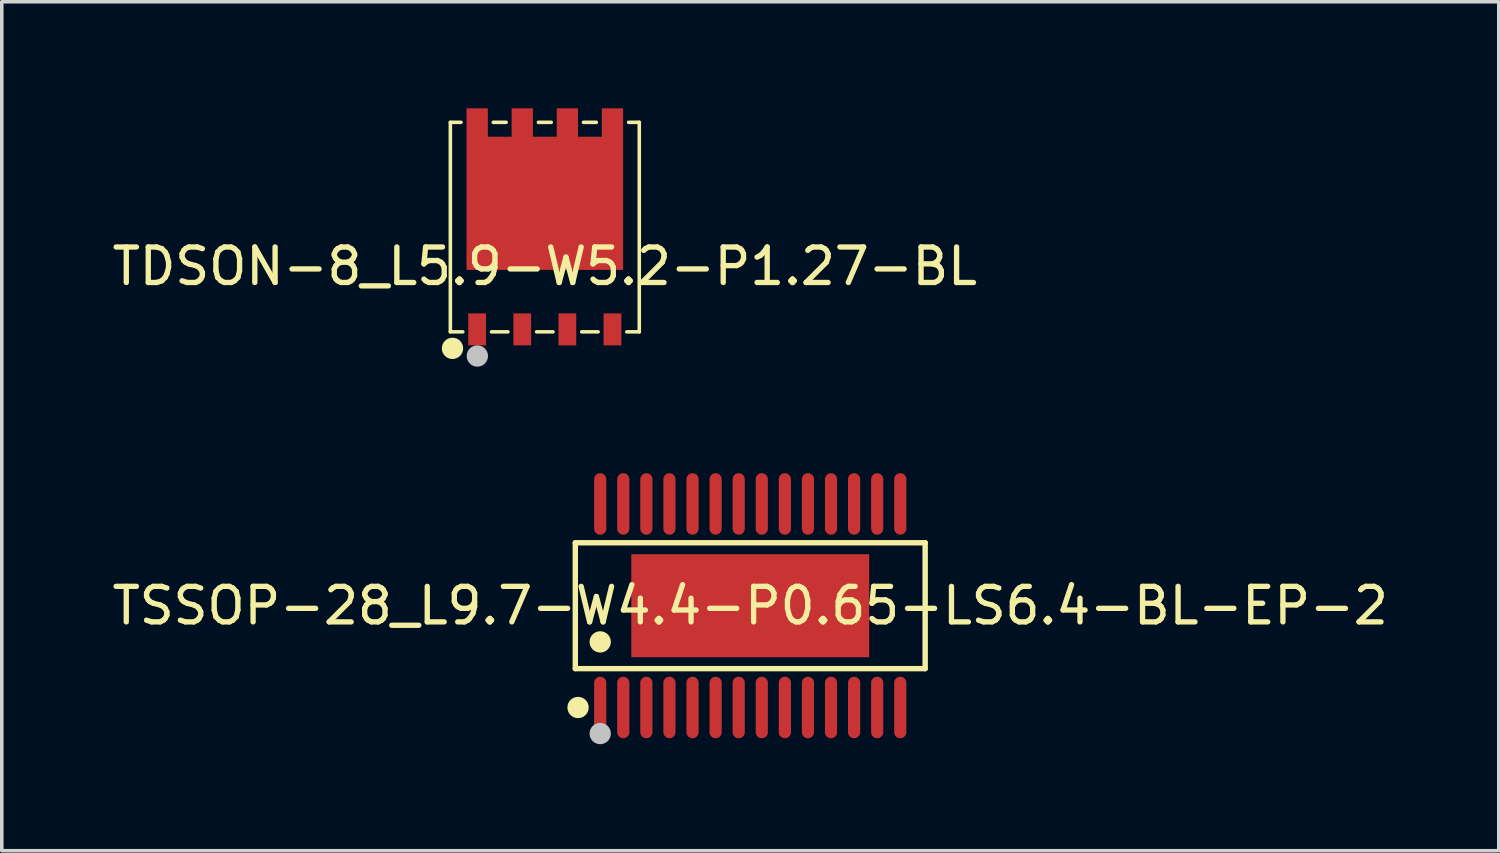
<source format=kicad_pcb>
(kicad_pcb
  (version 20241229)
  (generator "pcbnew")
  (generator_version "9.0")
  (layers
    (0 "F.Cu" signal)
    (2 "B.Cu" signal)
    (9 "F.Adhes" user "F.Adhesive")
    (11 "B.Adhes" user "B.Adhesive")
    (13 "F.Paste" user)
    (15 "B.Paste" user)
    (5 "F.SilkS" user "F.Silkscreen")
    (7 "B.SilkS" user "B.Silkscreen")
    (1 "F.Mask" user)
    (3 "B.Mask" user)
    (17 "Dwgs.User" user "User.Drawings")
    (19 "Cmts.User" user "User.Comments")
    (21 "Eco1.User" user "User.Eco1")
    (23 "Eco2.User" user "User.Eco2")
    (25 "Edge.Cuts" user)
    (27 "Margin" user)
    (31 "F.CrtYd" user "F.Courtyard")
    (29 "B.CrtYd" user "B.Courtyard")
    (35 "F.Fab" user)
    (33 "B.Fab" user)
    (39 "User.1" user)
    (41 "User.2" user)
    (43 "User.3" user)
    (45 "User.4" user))
  (footprint "TSSOP-28_L9.7-W4.4-P0.65-LS6.4-BL-EP-2"
    (layer "F.Cu")
    (at 18.077 14.007)
    (property "Reference" "TSSOP-28_L9.7-W4.4-P0.65-LS6.4-BL-EP-2" (at 0 0 0) (layer "F.SilkS") (effects (font (size 1 1) (thickness 0.15))))
    (fp_line (start -4.926 -1.772) (end 4.926 -1.772) (stroke (width 0.152) (type default)) (layer "F.SilkS"))
    (fp_line (start -4.926 1.771) (end -4.926 -1.772) (stroke (width 0.152) (type default)) (layer "F.SilkS"))
    (fp_line (start 4.926 -1.772) (end 4.926 1.771) (stroke (width 0.152) (type default)) (layer "F.SilkS"))
    (fp_line (start 4.926 1.771) (end -4.926 1.771) (stroke (width 0.152) (type default)) (layer "F.SilkS"))
    (fp_circle (center -4.849 2.866) (end -4.699 2.866) (stroke (width 0.3) (type default)) (fill no) (layer "F.SilkS"))
    (fp_circle (center -4.225 1.019) (end -4.075 1.019) (stroke (width 0.3) (type default)) (fill no) (layer "F.SilkS"))
    (fp_circle (center -4.225 3.6) (end -4.075 3.6) (stroke (width 0.3) (type default)) (fill no) (layer "Dwgs.User"))
    (fp_poly (pts (xy -4.348 -3.2) (xy -4.348 -2.6) (xy -4.103 -2.6) (xy -4.103 -3.2)) (stroke (width 0.1) (type default)) (fill no) (layer "User.1"))
    (fp_poly (pts (xy -4.348 -2.611) (xy -4.348 -2.19) (xy -4.103 -2.19) (xy -4.103 -2.611)) (stroke (width 0.1) (type default)) (fill no) (layer "User.1"))
    (fp_poly (pts (xy -4.348 2.61) (xy -4.348 2.189) (xy -4.103 2.189) (xy -4.103 2.61)) (stroke (width 0.1) (type default)) (fill no) (layer "User.1"))
    (fp_poly (pts (xy -4.348 3.2) (xy -4.348 2.599) (xy -4.103 2.599) (xy -4.103 3.2)) (stroke (width 0.1) (type default)) (fill no) (layer "User.1"))
    (fp_poly (pts (xy -3.697 -3.2) (xy -3.697 -2.6) (xy -3.453 -2.6) (xy -3.453 -3.2)) (stroke (width 0.1) (type default)) (fill no) (layer "User.1"))
    (fp_poly (pts (xy -3.697 -2.611) (xy -3.697 -2.19) (xy -3.453 -2.19) (xy -3.453 -2.611)) (stroke (width 0.1) (type default)) (fill no) (layer "User.1"))
    (fp_poly (pts (xy -3.697 2.61) (xy -3.697 2.189) (xy -3.453 2.189) (xy -3.453 2.61)) (stroke (width 0.1) (type default)) (fill no) (layer "User.1"))
    (fp_poly (pts (xy -3.697 3.2) (xy -3.697 2.599) (xy -3.453 2.599) (xy -3.453 3.2)) (stroke (width 0.1) (type default)) (fill no) (layer "User.1"))
    (fp_poly (pts (xy -3.35 -1.45) (xy 3.35 -1.45) (xy 3.35 1.45) (xy -3.35 1.45)) (stroke (width 0.1) (type default)) (fill no) (layer "User.1"))
    (fp_poly (pts (xy -3.047 -3.2) (xy -3.047 -2.6) (xy -2.803 -2.6) (xy -2.803 -3.2)) (stroke (width 0.1) (type default)) (fill no) (layer "User.1"))
    (fp_poly (pts (xy -3.047 -2.611) (xy -3.047 -2.19) (xy -2.803 -2.19) (xy -2.803 -2.611)) (stroke (width 0.1) (type default)) (fill no) (layer "User.1"))
    (fp_poly (pts (xy -3.047 2.61) (xy -3.047 2.189) (xy -2.803 2.189) (xy -2.803 2.61)) (stroke (width 0.1) (type default)) (fill no) (layer "User.1"))
    (fp_poly (pts (xy -3.047 3.2) (xy -3.047 2.599) (xy -2.803 2.599) (xy -2.803 3.2)) (stroke (width 0.1) (type default)) (fill no) (layer "User.1"))
    (fp_poly (pts (xy -2.397 -3.2) (xy -2.397 -2.6) (xy -2.152 -2.6) (xy -2.152 -3.2)) (stroke (width 0.1) (type default)) (fill no) (layer "User.1"))
    (fp_poly (pts (xy -2.397 -2.611) (xy -2.397 -2.19) (xy -2.152 -2.19) (xy -2.152 -2.611)) (stroke (width 0.1) (type default)) (fill no) (layer "User.1"))
    (fp_poly (pts (xy -2.397 2.61) (xy -2.397 2.189) (xy -2.152 2.189) (xy -2.152 2.61)) (stroke (width 0.1) (type default)) (fill no) (layer "User.1"))
    (fp_poly (pts (xy -2.397 3.2) (xy -2.397 2.599) (xy -2.152 2.599) (xy -2.152 3.2)) (stroke (width 0.1) (type default)) (fill no) (layer "User.1"))
    (fp_poly (pts (xy -1.748 -3.2) (xy -1.748 -2.6) (xy -1.502 -2.6) (xy -1.502 -3.2)) (stroke (width 0.1) (type default)) (fill no) (layer "User.1"))
    (fp_poly (pts (xy -1.748 -2.611) (xy -1.748 -2.19) (xy -1.502 -2.19) (xy -1.502 -2.611)) (stroke (width 0.1) (type default)) (fill no) (layer "User.1"))
    (fp_poly (pts (xy -1.748 2.61) (xy -1.748 2.189) (xy -1.502 2.189) (xy -1.502 2.61)) (stroke (width 0.1) (type default)) (fill no) (layer "User.1"))
    (fp_poly (pts (xy -1.748 3.2) (xy -1.748 2.599) (xy -1.502 2.599) (xy -1.502 3.2)) (stroke (width 0.1) (type default)) (fill no) (layer "User.1"))
    (fp_poly (pts (xy -1.097 -3.2) (xy -1.097 -2.6) (xy -0.853 -2.6) (xy -0.853 -3.2)) (stroke (width 0.1) (type default)) (fill no) (layer "User.1"))
    (fp_poly (pts (xy -1.097 -2.611) (xy -1.097 -2.19) (xy -0.853 -2.19) (xy -0.853 -2.611)) (stroke (width 0.1) (type default)) (fill no) (layer "User.1"))
    (fp_poly (pts (xy -1.097 2.61) (xy -1.097 2.189) (xy -0.853 2.189) (xy -0.853 2.61)) (stroke (width 0.1) (type default)) (fill no) (layer "User.1"))
    (fp_poly (pts (xy -1.097 3.2) (xy -1.097 2.599) (xy -0.853 2.599) (xy -0.853 3.2)) (stroke (width 0.1) (type default)) (fill no) (layer "User.1"))
    (fp_poly (pts (xy -0.448 -3.2) (xy -0.448 -2.6) (xy -0.203 -2.6) (xy -0.203 -3.2)) (stroke (width 0.1) (type default)) (fill no) (layer "User.1"))
    (fp_poly (pts (xy -0.448 -2.611) (xy -0.448 -2.19) (xy -0.203 -2.19) (xy -0.203 -2.611)) (stroke (width 0.1) (type default)) (fill no) (layer "User.1"))
    (fp_poly (pts (xy -0.448 2.61) (xy -0.448 2.189) (xy -0.203 2.189) (xy -0.203 2.61)) (stroke (width 0.1) (type default)) (fill no) (layer "User.1"))
    (fp_poly (pts (xy -0.448 3.2) (xy -0.448 2.599) (xy -0.203 2.599) (xy -0.203 3.2)) (stroke (width 0.1) (type default)) (fill no) (layer "User.1"))
    (fp_poly (pts (xy 0.203 -3.2) (xy 0.203 -2.6) (xy 0.448 -2.6) (xy 0.448 -3.2)) (stroke (width 0.1) (type default)) (fill no) (layer "User.1"))
    (fp_poly (pts (xy 0.203 -2.611) (xy 0.203 -2.19) (xy 0.448 -2.19) (xy 0.448 -2.611)) (stroke (width 0.1) (type default)) (fill no) (layer "User.1"))
    (fp_poly (pts (xy 0.203 2.61) (xy 0.203 2.189) (xy 0.448 2.189) (xy 0.448 2.61)) (stroke (width 0.1) (type default)) (fill no) (layer "User.1"))
    (fp_poly (pts (xy 0.203 3.2) (xy 0.203 2.599) (xy 0.448 2.599) (xy 0.448 3.2)) (stroke (width 0.1) (type default)) (fill no) (layer "User.1"))
    (fp_poly (pts (xy 0.853 -3.2) (xy 0.853 -2.6) (xy 1.097 -2.6) (xy 1.097 -3.2)) (stroke (width 0.1) (type default)) (fill no) (layer "User.1"))
    (fp_poly (pts (xy 0.853 -2.611) (xy 0.853 -2.19) (xy 1.097 -2.19) (xy 1.097 -2.611)) (stroke (width 0.1) (type default)) (fill no) (layer "User.1"))
    (fp_poly (pts (xy 0.853 2.61) (xy 0.853 2.189) (xy 1.097 2.189) (xy 1.097 2.61)) (stroke (width 0.1) (type default)) (fill no) (layer "User.1"))
    (fp_poly (pts (xy 0.853 3.2) (xy 0.853 2.599) (xy 1.097 2.599) (xy 1.097 3.2)) (stroke (width 0.1) (type default)) (fill no) (layer "User.1"))
    (fp_poly (pts (xy 1.502 -3.2) (xy 1.502 -2.6) (xy 1.748 -2.6) (xy 1.748 -3.2)) (stroke (width 0.1) (type default)) (fill no) (layer "User.1"))
    (fp_poly (pts (xy 1.502 -2.611) (xy 1.502 -2.19) (xy 1.748 -2.19) (xy 1.748 -2.611)) (stroke (width 0.1) (type default)) (fill no) (layer "User.1"))
    (fp_poly (pts (xy 1.502 2.61) (xy 1.502 2.189) (xy 1.748 2.189) (xy 1.748 2.61)) (stroke (width 0.1) (type default)) (fill no) (layer "User.1"))
    (fp_poly (pts (xy 1.502 3.2) (xy 1.502 2.599) (xy 1.748 2.599) (xy 1.748 3.2)) (stroke (width 0.1) (type default)) (fill no) (layer "User.1"))
    (fp_poly (pts (xy 2.152 -3.2) (xy 2.152 -2.6) (xy 2.397 -2.6) (xy 2.397 -3.2)) (stroke (width 0.1) (type default)) (fill no) (layer "User.1"))
    (fp_poly (pts (xy 2.152 -2.611) (xy 2.152 -2.19) (xy 2.397 -2.19) (xy 2.397 -2.611)) (stroke (width 0.1) (type default)) (fill no) (layer "User.1"))
    (fp_poly (pts (xy 2.152 2.61) (xy 2.152 2.189) (xy 2.397 2.189) (xy 2.397 2.61)) (stroke (width 0.1) (type default)) (fill no) (layer "User.1"))
    (fp_poly (pts (xy 2.152 3.2) (xy 2.152 2.599) (xy 2.397 2.599) (xy 2.397 3.2)) (stroke (width 0.1) (type default)) (fill no) (layer "User.1"))
    (fp_poly (pts (xy 2.803 -3.2) (xy 2.803 -2.6) (xy 3.047 -2.6) (xy 3.047 -3.2)) (stroke (width 0.1) (type default)) (fill no) (layer "User.1"))
    (fp_poly (pts (xy 2.803 -2.611) (xy 2.803 -2.19) (xy 3.047 -2.19) (xy 3.047 -2.611)) (stroke (width 0.1) (type default)) (fill no) (layer "User.1"))
    (fp_poly (pts (xy 2.803 2.61) (xy 2.803 2.189) (xy 3.047 2.189) (xy 3.047 2.61)) (stroke (width 0.1) (type default)) (fill no) (layer "User.1"))
    (fp_poly (pts (xy 2.803 3.2) (xy 2.803 2.599) (xy 3.047 2.599) (xy 3.047 3.2)) (stroke (width 0.1) (type default)) (fill no) (layer "User.1"))
    (fp_poly (pts (xy 3.453 -3.2) (xy 3.453 -2.6) (xy 3.697 -2.6) (xy 3.697 -3.2)) (stroke (width 0.1) (type default)) (fill no) (layer "User.1"))
    (fp_poly (pts (xy 3.453 -2.611) (xy 3.453 -2.19) (xy 3.697 -2.19) (xy 3.697 -2.611)) (stroke (width 0.1) (type default)) (fill no) (layer "User.1"))
    (fp_poly (pts (xy 3.453 2.61) (xy 3.453 2.189) (xy 3.697 2.189) (xy 3.697 2.61)) (stroke (width 0.1) (type default)) (fill no) (layer "User.1"))
    (fp_poly (pts (xy 3.453 3.2) (xy 3.453 2.599) (xy 3.697 2.599) (xy 3.697 3.2)) (stroke (width 0.1) (type default)) (fill no) (layer "User.1"))
    (fp_poly (pts (xy 4.103 -3.2) (xy 4.103 -2.6) (xy 4.348 -2.6) (xy 4.348 -3.2)) (stroke (width 0.1) (type default)) (fill no) (layer "User.1"))
    (fp_poly (pts (xy 4.103 -2.611) (xy 4.103 -2.19) (xy 4.348 -2.19) (xy 4.348 -2.611)) (stroke (width 0.1) (type default)) (fill no) (layer "User.1"))
    (fp_poly (pts (xy 4.103 2.61) (xy 4.103 2.189) (xy 4.348 2.189) (xy 4.348 2.61)) (stroke (width 0.1) (type default)) (fill no) (layer "User.1"))
    (fp_poly (pts (xy 4.103 3.2) (xy 4.103 2.599) (xy 4.348 2.599) (xy 4.348 3.2)) (stroke (width 0.1) (type default)) (fill no) (layer "User.1"))
    (fp_line (start -4.85 -2.2) (end 4.85 -2.2) (stroke (width 0.051) (type default)) (layer "User.2"))
    (fp_line (start -4.85 2.2) (end -4.85 -2.2) (stroke (width 0.051) (type default)) (layer "User.2"))
    (fp_line (start 4.85 -2.2) (end 4.85 2.2) (stroke (width 0.051) (type default)) (layer "User.2"))
    (fp_line (start 4.85 2.2) (end -4.85 2.2) (stroke (width 0.051) (type default)) (layer "User.2"))
    (fp_poly (pts (xy -4.795 3.177) (xy -4.827 3.145) (xy -4.873 3.145) (xy -4.905 3.177) (xy -4.905 3.223) (xy -4.873 3.255) (xy -4.827 3.255) (xy -4.795 3.223)) (stroke (width 0.1) (type default)) (fill no) (layer "User.3"))
    (pad "1" smd oval (at -4.225 2.866) (size 0.343 1.732) (layers "F.Cu" "F.Mask" "F.Paste"))
    (pad "2" smd oval (at -3.575 2.866) (size 0.343 1.732) (layers "F.Cu" "F.Mask" "F.Paste"))
    (pad "3" smd oval (at -2.925 2.866) (size 0.343 1.732) (layers "F.Cu" "F.Mask" "F.Paste"))
    (pad "4" smd oval (at -2.275 2.866) (size 0.343 1.732) (layers "F.Cu" "F.Mask" "F.Paste"))
    (pad "5" smd oval (at -1.625 2.866) (size 0.343 1.732) (layers "F.Cu" "F.Mask" "F.Paste"))
    (pad "6" smd oval (at -0.975 2.866) (size 0.343 1.732) (layers "F.Cu" "F.Mask" "F.Paste"))
    (pad "7" smd oval (at -0.325 2.866) (size 0.343 1.732) (layers "F.Cu" "F.Mask" "F.Paste"))
    (pad "8" smd oval (at 0.325 2.866) (size 0.343 1.732) (layers "F.Cu" "F.Mask" "F.Paste"))
    (pad "9" smd oval (at 0.975 2.866) (size 0.343 1.732) (layers "F.Cu" "F.Mask" "F.Paste"))
    (pad "10" smd oval (at 1.625 2.866) (size 0.343 1.732) (layers "F.Cu" "F.Mask" "F.Paste"))
    (pad "11" smd oval (at 2.275 2.866) (size 0.343 1.732) (layers "F.Cu" "F.Mask" "F.Paste"))
    (pad "12" smd oval (at 2.925 2.866) (size 0.343 1.732) (layers "F.Cu" "F.Mask" "F.Paste"))
    (pad "13" smd oval (at 3.575 2.866) (size 0.343 1.732) (layers "F.Cu" "F.Mask" "F.Paste"))
    (pad "14" smd oval (at 4.225 2.866) (size 0.343 1.732) (layers "F.Cu" "F.Mask" "F.Paste"))
    (pad "15" smd oval (at 4.225 -2.866) (size 0.343 1.732) (layers "F.Cu" "F.Mask" "F.Paste"))
    (pad "16" smd oval (at 3.575 -2.866) (size 0.343 1.732) (layers "F.Cu" "F.Mask" "F.Paste"))
    (pad "17" smd oval (at 2.925 -2.866) (size 0.343 1.732) (layers "F.Cu" "F.Mask" "F.Paste"))
    (pad "18" smd oval (at 2.275 -2.866) (size 0.343 1.732) (layers "F.Cu" "F.Mask" "F.Paste"))
    (pad "19" smd oval (at 1.625 -2.866) (size 0.343 1.732) (layers "F.Cu" "F.Mask" "F.Paste"))
    (pad "20" smd oval (at 0.975 -2.866) (size 0.343 1.732) (layers "F.Cu" "F.Mask" "F.Paste"))
    (pad "21" smd oval (at 0.325 -2.866) (size 0.343 1.732) (layers "F.Cu" "F.Mask" "F.Paste"))
    (pad "22" smd oval (at -0.325 -2.866) (size 0.343 1.732) (layers "F.Cu" "F.Mask" "F.Paste"))
    (pad "23" smd oval (at -0.975 -2.866) (size 0.343 1.732) (layers "F.Cu" "F.Mask" "F.Paste"))
    (pad "24" smd oval (at -1.625 -2.866) (size 0.343 1.732) (layers "F.Cu" "F.Mask" "F.Paste"))
    (pad "25" smd oval (at -2.275 -2.866) (size 0.343 1.732) (layers "F.Cu" "F.Mask" "F.Paste"))
    (pad "26" smd oval (at -2.925 -2.866) (size 0.343 1.732) (layers "F.Cu" "F.Mask" "F.Paste"))
    (pad "27" smd oval (at -3.575 -2.866) (size 0.343 1.732) (layers "F.Cu" "F.Mask" "F.Paste"))
    (pad "28" smd oval (at -4.225 -2.866) (size 0.343 1.732) (layers "F.Cu" "F.Mask" "F.Paste"))
    (pad "29" smd rect (at 0 0) (size 6.7 2.9) (layers "F.Cu" "F.Mask" "F.Paste")))
  (footprint "TDSON-8_L5.9-W5.2-P1.27-BL"
    (layer "F.Cu")
    (at 12.292 4.45)
    (property "Reference" "TDSON-8_L5.9-W5.2-P1.27-BL" (at 0 0 0) (layer "F.SilkS") (effects (font (size 1 1) (thickness 0.15))))
    (fp_line (start -2.66 -4.055) (end -2.66 1.845) (stroke (width 0.1) (type default)) (layer "F.SilkS"))
    (fp_line (start -2.66 -4.055) (end -2.359 -4.055) (stroke (width 0.1) (type default)) (layer "F.SilkS"))
    (fp_line (start -2.66 1.845) (end -2.309 1.845) (stroke (width 0.1) (type default)) (layer "F.SilkS"))
    (fp_line (start -1.501 1.845) (end -1.039 1.845) (stroke (width 0.1) (type default)) (layer "F.SilkS"))
    (fp_line (start -1.451 -4.055) (end -1.089 -4.055) (stroke (width 0.1) (type default)) (layer "F.SilkS"))
    (fp_line (start -0.231 1.845) (end 0.231 1.845) (stroke (width 0.1) (type default)) (layer "F.SilkS"))
    (fp_line (start -0.181 -4.055) (end 0.181 -4.055) (stroke (width 0.1) (type default)) (layer "F.SilkS"))
    (fp_line (start 1.039 1.845) (end 1.501 1.845) (stroke (width 0.1) (type default)) (layer "F.SilkS"))
    (fp_line (start 1.089 -4.055) (end 1.451 -4.055) (stroke (width 0.1) (type default)) (layer "F.SilkS"))
    (fp_line (start 2.309 1.845) (end 2.66 1.845) (stroke (width 0.1) (type default)) (layer "F.SilkS"))
    (fp_line (start 2.359 -4.055) (end 2.66 -4.055) (stroke (width 0.1) (type default)) (layer "F.SilkS"))
    (fp_line (start 2.66 -4.055) (end 2.66 1.845) (stroke (width 0.1) (type default)) (layer "F.SilkS"))
    (fp_circle (center -2.6 2.31) (end -2.45 2.31) (stroke (width 0.3) (type default)) (fill no) (layer "F.SilkS"))
    (fp_poly (pts (xy -2.16 1.315) (xy -1.66 1.315) (xy -1.66 2.235) (xy -2.16 2.235)) (stroke (width 0) (type default)) (fill yes) (layer "F.Paste"))
    (fp_poly (pts (xy -0.89 1.315) (xy -0.39 1.315) (xy -0.39 2.235) (xy -0.89 2.235)) (stroke (width 0) (type default)) (fill yes) (layer "F.Paste"))
    (fp_poly (pts (xy 0.38 1.315) (xy 0.88 1.315) (xy 0.88 2.235) (xy 0.38 2.235)) (stroke (width 0) (type default)) (fill yes) (layer "F.Paste"))
    (fp_poly (pts (xy 1.65 1.315) (xy 2.15 1.315) (xy 2.15 2.235) (xy 1.65 2.235)) (stroke (width 0) (type default)) (fill yes) (layer "F.Paste"))
    (fp_poly (pts (xy -1.605 -3.65) (xy -1.605 -4.45) (xy -2.205 -4.45) (xy -2.205 0.1) (xy 2.205 0.1) (xy 2.205 -4.45) (xy 1.605 -4.45) (xy 1.605 -3.65) (xy 0.935 -3.65) (xy 0.935 -4.45) (xy 0.335 -4.45) (xy 0.335 -3.65) (xy -0.335 -3.65) (xy -0.335 -4.45) (xy -0.935 -4.45) (xy -0.935 -3.65)) (stroke (width 0) (type default)) (fill yes) (layer "F.Paste"))
    (fp_circle (center -1.9 2.525) (end -1.75 2.525) (stroke (width 0.3) (type default)) (fill no) (layer "Dwgs.User"))
    (fp_poly (pts (xy -2.118 1.39) (xy -1.692 1.39) (xy -1.692 1.97) (xy -2.118 1.97)) (stroke (width 0.1) (type default)) (fill no) (layer "User.1"))
    (fp_poly (pts (xy -0.848 1.39) (xy -0.422 1.39) (xy -0.422 1.97) (xy -0.848 1.97)) (stroke (width 0.1) (type default)) (fill no) (layer "User.1"))
    (fp_poly (pts (xy 0.422 1.39) (xy 0.848 1.39) (xy 0.848 1.97) (xy 0.422 1.97)) (stroke (width 0.1) (type default)) (fill no) (layer "User.1"))
    (fp_poly (pts (xy 1.692 1.39) (xy 2.118 1.39) (xy 2.118 1.97) (xy 1.692 1.97)) (stroke (width 0.1) (type default)) (fill no) (layer "User.1"))
    (fp_poly (pts (xy -2.025 0.1) (xy 2.025 0.1) (xy 2.025 -4.18) (xy 1.605 -4.18) (xy 1.605 -3.65) (xy 0.848 -3.65) (xy 0.848 -4.18) (xy 0.385 -4.18) (xy 0.385 -3.65) (xy -0.385 -3.65) (xy -0.385 -4.18) (xy -0.848 -4.18) (xy -0.848 -3.65) (xy -1.605 -3.65) (xy -1.605 -4.18) (xy -2.025 -4.18)) (stroke (width 0.1) (type default)) (fill no) (layer "User.1"))
    (fp_line (start -2.575 -4.055) (end 2.575 -4.055) (stroke (width 0.051) (type default)) (layer "User.2"))
    (fp_line (start -2.575 1.845) (end -2.575 -4.055) (stroke (width 0.051) (type default)) (layer "User.2"))
    (fp_line (start 2.575 -4.055) (end 2.575 1.845) (stroke (width 0.051) (type default)) (layer "User.2"))
    (fp_line (start 2.575 1.845) (end -2.575 1.845) (stroke (width 0.051) (type default)) (layer "User.2"))
    (fp_poly (pts (xy -2.477 1.95) (xy -2.492 1.914) (xy -2.519 1.887) (xy -2.555 1.872) (xy -2.595 1.872) (xy -2.631 1.887) (xy -2.658 1.914) (xy -2.673 1.95) (xy -2.673 1.99) (xy -2.658 2.026) (xy -2.631 2.053) (xy -2.595 2.068) (xy -2.555 2.068) (xy -2.519 2.053) (xy -2.492 2.026) (xy -2.477 1.99)) (stroke (width 0.1) (type default)) (fill no) (layer "User.3"))
    (pad "1" smd rect (at -1.905 1.775) (size 0.5 0.9) (layers "F.Cu" "F.Mask" "F.Paste"))
    (pad "2" smd rect (at -0.635 1.775) (size 0.5 0.9) (layers "F.Cu" "F.Mask" "F.Paste"))
    (pad "3" smd rect (at 0.635 1.775) (size 0.5 0.9) (layers "F.Cu" "F.Mask" "F.Paste"))
    (pad "4" smd rect (at 1.905 1.775) (size 0.5 0.9) (layers "F.Cu" "F.Mask" "F.Paste"))
    (pad "5" smd custom (at 0 -1.775) (size 0.000001 0.000001) (layers "F.Cu" "F.Mask" "F.Paste") (options (anchor circle)) (primitives (gr_poly (pts (xy -2.205 1.875) (xy 2.205 1.875) (xy 2.205 -2.675) (xy 1.605 -2.675) (xy 1.605 -1.875) (xy 0.935 -1.875) (xy 0.935 -2.675) (xy 0.335 -2.675) (xy 0.335 -1.875) (xy -0.335 -1.875) (xy -0.335 -2.675) (xy -0.935 -2.675) (xy -0.935 -1.875) (xy -1.605 -1.875) (xy -1.605 -2.675) (xy -2.205 -2.675)) (width 0) (fill yes)))))
  (gr_rect
    (start -3 -3)
    (end 39.155 20.907)
    (stroke (width 0.1) (type default))
    (fill no)
    (layer "Edge.Cuts")))
</source>
